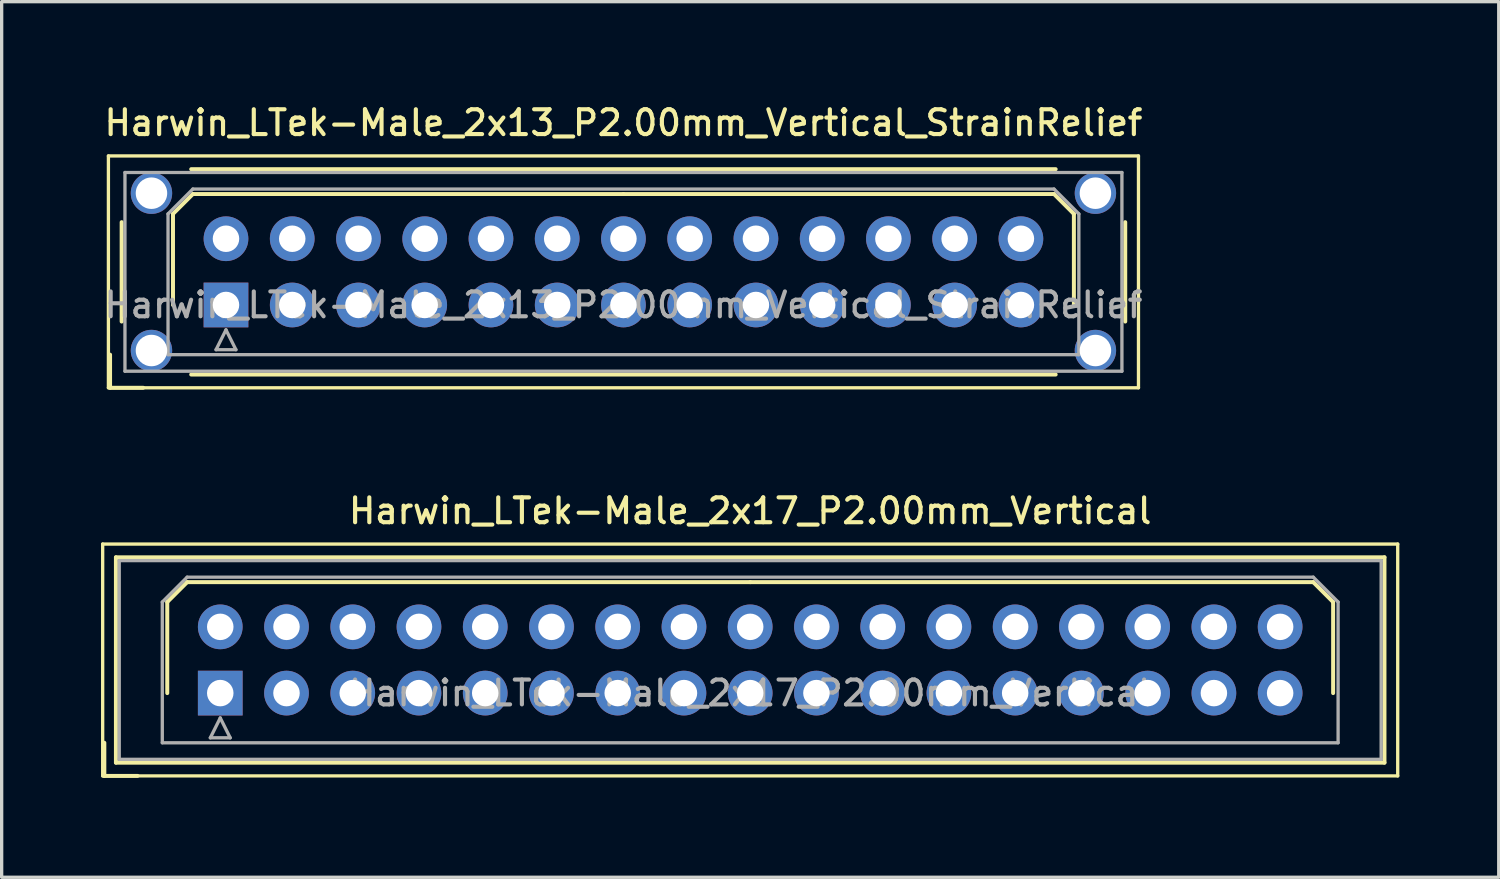
<source format=kicad_pcb>
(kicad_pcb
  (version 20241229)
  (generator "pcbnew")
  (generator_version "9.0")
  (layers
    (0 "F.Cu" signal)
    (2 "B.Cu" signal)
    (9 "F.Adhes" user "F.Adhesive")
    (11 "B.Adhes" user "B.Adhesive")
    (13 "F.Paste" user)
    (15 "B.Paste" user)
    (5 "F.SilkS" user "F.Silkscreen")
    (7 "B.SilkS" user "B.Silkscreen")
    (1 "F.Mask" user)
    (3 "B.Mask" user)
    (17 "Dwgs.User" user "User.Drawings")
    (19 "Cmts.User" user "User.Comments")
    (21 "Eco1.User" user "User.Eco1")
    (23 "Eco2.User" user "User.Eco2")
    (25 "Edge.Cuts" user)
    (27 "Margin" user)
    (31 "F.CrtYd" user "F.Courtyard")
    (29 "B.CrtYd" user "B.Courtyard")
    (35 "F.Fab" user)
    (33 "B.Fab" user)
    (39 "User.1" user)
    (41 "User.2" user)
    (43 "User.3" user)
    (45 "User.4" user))
  (footprint "Harwin_LTek-Male_2x17_P2.00mm_Vertical"
    (layer "F.Cu")
    (at 3.6 17.876)
    (property "Reference" "Harwin_LTek-Male_2x17_P2.00mm_Vertical" (at 16 -5.5 0) (layer "F.SilkS") (effects (font (size 0.75 0.75) (thickness 0.125))))
    (attr through_hole)
    (fp_line (start -3.55 -4.5) (end -3.55 2.5) (stroke (width 0.1) (type solid)) (layer "F.SilkS"))
    (fp_line (start -3.55 2.5) (end 35.55 2.5) (stroke (width 0.1) (type solid)) (layer "F.SilkS"))
    (fp_line (start -3.5 1.5) (end -3.5 2.5) (stroke (width 0.12) (type solid)) (layer "F.SilkS"))
    (fp_line (start -3.5 2.5) (end -2.5 2.5) (stroke (width 0.12) (type solid)) (layer "F.SilkS"))
    (fp_line (start -3.15 -4.1) (end -3.15 2.1) (stroke (width 0.12) (type solid)) (layer "F.SilkS"))
    (fp_line (start -3.15 2.1) (end 35.15 2.1) (stroke (width 0.12) (type solid)) (layer "F.SilkS"))
    (fp_line (start -1.6 -2.75) (end -1 -3.35) (stroke (width 0.12) (type solid)) (layer "F.SilkS"))
    (fp_line (start -1.6 0) (end -1.6 -2.75) (stroke (width 0.12) (type solid)) (layer "F.SilkS"))
    (fp_line (start -1 -3.35) (end 16 -3.35) (stroke (width 0.12) (type solid)) (layer "F.SilkS"))
    (fp_line (start 33 -3.35) (end 16 -3.35) (stroke (width 0.12) (type solid)) (layer "F.SilkS"))
    (fp_line (start 33.6 -2.75) (end 33 -3.35) (stroke (width 0.12) (type solid)) (layer "F.SilkS"))
    (fp_line (start 33.6 0) (end 33.6 -2.75) (stroke (width 0.12) (type solid)) (layer "F.SilkS"))
    (fp_line (start 35.15 -4.1) (end -3.15 -4.1) (stroke (width 0.12) (type solid)) (layer "F.SilkS"))
    (fp_line (start 35.15 2.1) (end 35.15 -4.1) (stroke (width 0.12) (type solid)) (layer "F.SilkS"))
    (fp_line (start 35.55 -4.5) (end -3.55 -4.5) (stroke (width 0.1) (type solid)) (layer "F.SilkS"))
    (fp_line (start 35.55 2.5) (end 35.55 -4.5) (stroke (width 0.1) (type solid)) (layer "F.SilkS"))
    (fp_line (start -3.05 -4) (end -3.05 2) (stroke (width 0.1) (type solid)) (layer "F.Fab"))
    (fp_line (start -3.05 2) (end 35.05 2) (stroke (width 0.1) (type solid)) (layer "F.Fab"))
    (fp_line (start -1.75 -2.75) (end -1 -3.5) (stroke (width 0.1) (type solid)) (layer "F.Fab"))
    (fp_line (start -1.75 1.5) (end -1.75 -2.75) (stroke (width 0.1) (type solid)) (layer "F.Fab"))
    (fp_line (start -1 -3.5) (end 33 -3.5) (stroke (width 0.1) (type solid)) (layer "F.Fab"))
    (fp_line (start -0.3 1.35) (end 0.3 1.35) (stroke (width 0.1) (type solid)) (layer "F.Fab"))
    (fp_line (start 0 0.75) (end -0.3 1.35) (stroke (width 0.1) (type solid)) (layer "F.Fab"))
    (fp_line (start 0.3 1.35) (end 0 0.75) (stroke (width 0.1) (type solid)) (layer "F.Fab"))
    (fp_line (start 33 -3.5) (end 33.75 -2.75) (stroke (width 0.1) (type solid)) (layer "F.Fab"))
    (fp_line (start 33.75 -2.75) (end 33.75 1.5) (stroke (width 0.1) (type solid)) (layer "F.Fab"))
    (fp_line (start 33.75 1.5) (end -1.75 1.5) (stroke (width 0.1) (type solid)) (layer "F.Fab"))
    (fp_line (start 35.05 -4) (end -3.05 -4) (stroke (width 0.1) (type solid)) (layer "F.Fab"))
    (fp_line (start 35.05 2) (end 35.05 -4) (stroke (width 0.1) (type solid)) (layer "F.Fab"))
    (fp_text user "${REFERENCE}" (at 16 0 0) (layer "F.Fab") (effects (font (size 0.75 0.75) (thickness 0.125))))
    (pad "1" thru_hole rect (at 0 0) (size 1.35 1.35) (drill 0.8) (layers "*.Cu" "*.Mask"))
    (pad "2" thru_hole circle (at 0 -2) (size 1.35 1.35) (drill 0.8) (layers "*.Cu" "*.Mask"))
    (pad "3" thru_hole circle (at 2 0) (size 1.35 1.35) (drill 0.8) (layers "*.Cu" "*.Mask"))
    (pad "4" thru_hole circle (at 2 -2) (size 1.35 1.35) (drill 0.8) (layers "*.Cu" "*.Mask"))
    (pad "5" thru_hole circle (at 4 0) (size 1.35 1.35) (drill 0.8) (layers "*.Cu" "*.Mask"))
    (pad "6" thru_hole circle (at 4 -2) (size 1.35 1.35) (drill 0.8) (layers "*.Cu" "*.Mask"))
    (pad "7" thru_hole circle (at 6 0) (size 1.35 1.35) (drill 0.8) (layers "*.Cu" "*.Mask"))
    (pad "8" thru_hole circle (at 6 -2) (size 1.35 1.35) (drill 0.8) (layers "*.Cu" "*.Mask"))
    (pad "9" thru_hole circle (at 8 0) (size 1.35 1.35) (drill 0.8) (layers "*.Cu" "*.Mask"))
    (pad "10" thru_hole circle (at 8 -2) (size 1.35 1.35) (drill 0.8) (layers "*.Cu" "*.Mask"))
    (pad "11" thru_hole circle (at 10 0) (size 1.35 1.35) (drill 0.8) (layers "*.Cu" "*.Mask"))
    (pad "12" thru_hole circle (at 10 -2) (size 1.35 1.35) (drill 0.8) (layers "*.Cu" "*.Mask"))
    (pad "13" thru_hole circle (at 12 0) (size 1.35 1.35) (drill 0.8) (layers "*.Cu" "*.Mask"))
    (pad "14" thru_hole circle (at 12 -2) (size 1.35 1.35) (drill 0.8) (layers "*.Cu" "*.Mask"))
    (pad "15" thru_hole circle (at 14 0) (size 1.35 1.35) (drill 0.8) (layers "*.Cu" "*.Mask"))
    (pad "16" thru_hole circle (at 14 -2) (size 1.35 1.35) (drill 0.8) (layers "*.Cu" "*.Mask"))
    (pad "17" thru_hole circle (at 16 0) (size 1.35 1.35) (drill 0.8) (layers "*.Cu" "*.Mask"))
    (pad "18" thru_hole circle (at 16 -2) (size 1.35 1.35) (drill 0.8) (layers "*.Cu" "*.Mask"))
    (pad "19" thru_hole circle (at 18 0) (size 1.35 1.35) (drill 0.8) (layers "*.Cu" "*.Mask"))
    (pad "20" thru_hole circle (at 18 -2) (size 1.35 1.35) (drill 0.8) (layers "*.Cu" "*.Mask"))
    (pad "21" thru_hole circle (at 20 0) (size 1.35 1.35) (drill 0.8) (layers "*.Cu" "*.Mask"))
    (pad "22" thru_hole circle (at 20 -2) (size 1.35 1.35) (drill 0.8) (layers "*.Cu" "*.Mask"))
    (pad "23" thru_hole circle (at 22 0) (size 1.35 1.35) (drill 0.8) (layers "*.Cu" "*.Mask"))
    (pad "24" thru_hole circle (at 22 -2) (size 1.35 1.35) (drill 0.8) (layers "*.Cu" "*.Mask"))
    (pad "25" thru_hole circle (at 24 0) (size 1.35 1.35) (drill 0.8) (layers "*.Cu" "*.Mask"))
    (pad "26" thru_hole circle (at 24 -2) (size 1.35 1.35) (drill 0.8) (layers "*.Cu" "*.Mask"))
    (pad "27" thru_hole circle (at 26 0) (size 1.35 1.35) (drill 0.8) (layers "*.Cu" "*.Mask"))
    (pad "28" thru_hole circle (at 26 -2) (size 1.35 1.35) (drill 0.8) (layers "*.Cu" "*.Mask"))
    (pad "29" thru_hole circle (at 28 0) (size 1.35 1.35) (drill 0.8) (layers "*.Cu" "*.Mask"))
    (pad "30" thru_hole circle (at 28 -2) (size 1.35 1.35) (drill 0.8) (layers "*.Cu" "*.Mask"))
    (pad "31" thru_hole circle (at 30 0) (size 1.35 1.35) (drill 0.8) (layers "*.Cu" "*.Mask"))
    (pad "32" thru_hole circle (at 30 -2) (size 1.35 1.35) (drill 0.8) (layers "*.Cu" "*.Mask"))
    (pad "33" thru_hole circle (at 32 0) (size 1.35 1.35) (drill 0.8) (layers "*.Cu" "*.Mask"))
    (pad "34" thru_hole circle (at 32 -2) (size 1.35 1.35) (drill 0.8) (layers "*.Cu" "*.Mask")))
  (footprint "Harwin_LTek-Male_2x13_P2.00mm_Vertical_StrainRelief"
    (layer "F.Cu")
    (at 3.773 6.158)
    (property "Reference" "Harwin_LTek-Male_2x13_P2.00mm_Vertical_StrainRelief" (at 12 -5.5 0) (layer "F.SilkS") (effects (font (size 0.75 0.75) (thickness 0.125))))
    (attr through_hole)
    (fp_line (start -3.55 -4.5) (end -3.55 2.5) (stroke (width 0.1) (type solid)) (layer "F.SilkS"))
    (fp_line (start -3.55 2.5) (end 27.55 2.5) (stroke (width 0.1) (type solid)) (layer "F.SilkS"))
    (fp_line (start -3.5 1.5) (end -3.5 2.5) (stroke (width 0.12) (type solid)) (layer "F.SilkS"))
    (fp_line (start -3.5 2.5) (end -2.5 2.5) (stroke (width 0.12) (type solid)) (layer "F.SilkS"))
    (fp_line (start -3.15 -2.5) (end -3.15 0.5) (stroke (width 0.12) (type solid)) (layer "F.SilkS"))
    (fp_line (start -1.6 -2.75) (end -1 -3.35) (stroke (width 0.12) (type solid)) (layer "F.SilkS"))
    (fp_line (start -1.6 0) (end -1.6 -2.75) (stroke (width 0.12) (type solid)) (layer "F.SilkS"))
    (fp_line (start -1.05 -4.1) (end 25.05 -4.1) (stroke (width 0.12) (type solid)) (layer "F.SilkS"))
    (fp_line (start -1.05 2.1) (end 25.05 2.1) (stroke (width 0.12) (type solid)) (layer "F.SilkS"))
    (fp_line (start -1 -3.35) (end 12 -3.35) (stroke (width 0.12) (type solid)) (layer "F.SilkS"))
    (fp_line (start 25 -3.35) (end 12 -3.35) (stroke (width 0.12) (type solid)) (layer "F.SilkS"))
    (fp_line (start 25.6 -2.75) (end 25 -3.35) (stroke (width 0.12) (type solid)) (layer "F.SilkS"))
    (fp_line (start 25.6 0) (end 25.6 -2.75) (stroke (width 0.12) (type solid)) (layer "F.SilkS"))
    (fp_line (start 27.15 -2.5) (end 27.15 0.5) (stroke (width 0.12) (type solid)) (layer "F.SilkS"))
    (fp_line (start 27.55 -4.5) (end -3.55 -4.5) (stroke (width 0.1) (type solid)) (layer "F.SilkS"))
    (fp_line (start 27.55 2.5) (end 27.55 -4.5) (stroke (width 0.1) (type solid)) (layer "F.SilkS"))
    (fp_line (start -3.05 -4) (end -3.05 2) (stroke (width 0.1) (type solid)) (layer "F.Fab"))
    (fp_line (start -3.05 2) (end 27.05 2) (stroke (width 0.1) (type solid)) (layer "F.Fab"))
    (fp_line (start -1.75 -2.75) (end -1 -3.5) (stroke (width 0.1) (type solid)) (layer "F.Fab"))
    (fp_line (start -1.75 1.5) (end -1.75 -2.75) (stroke (width 0.1) (type solid)) (layer "F.Fab"))
    (fp_line (start -1 -3.5) (end 25 -3.5) (stroke (width 0.1) (type solid)) (layer "F.Fab"))
    (fp_line (start -0.3 1.35) (end 0.3 1.35) (stroke (width 0.1) (type solid)) (layer "F.Fab"))
    (fp_line (start 0 0.75) (end -0.3 1.35) (stroke (width 0.1) (type solid)) (layer "F.Fab"))
    (fp_line (start 0.3 1.35) (end 0 0.75) (stroke (width 0.1) (type solid)) (layer "F.Fab"))
    (fp_line (start 25 -3.5) (end 25.75 -2.75) (stroke (width 0.1) (type solid)) (layer "F.Fab"))
    (fp_line (start 25.75 -2.75) (end 25.75 1.5) (stroke (width 0.1) (type solid)) (layer "F.Fab"))
    (fp_line (start 25.75 1.5) (end -1.75 1.5) (stroke (width 0.1) (type solid)) (layer "F.Fab"))
    (fp_line (start 27.05 -4) (end -3.05 -4) (stroke (width 0.1) (type solid)) (layer "F.Fab"))
    (fp_line (start 27.05 2) (end 27.05 -4) (stroke (width 0.1) (type solid)) (layer "F.Fab"))
    (fp_text user "${REFERENCE}" (at 12 0 0) (layer "F.Fab") (effects (font (size 0.75 0.75) (thickness 0.125))))
    (pad "" thru_hole circle (at -2.25 -3.375) (size 1.25 1.25) (drill 0.95) (layers "*.Cu" "*.Mask"))
    (pad "" thru_hole circle (at -2.25 1.375) (size 1.25 1.25) (drill 0.95) (layers "*.Cu" "*.Mask"))
    (pad "" thru_hole circle (at 26.25 -3.375) (size 1.25 1.25) (drill 0.95) (layers "*.Cu" "*.Mask"))
    (pad "" thru_hole circle (at 26.25 1.375) (size 1.25 1.25) (drill 0.95) (layers "*.Cu" "*.Mask"))
    (pad "1" thru_hole rect (at 0 0) (size 1.35 1.35) (drill 0.8) (layers "*.Cu" "*.Mask"))
    (pad "2" thru_hole circle (at 0 -2) (size 1.35 1.35) (drill 0.8) (layers "*.Cu" "*.Mask"))
    (pad "3" thru_hole circle (at 2 0) (size 1.35 1.35) (drill 0.8) (layers "*.Cu" "*.Mask"))
    (pad "4" thru_hole circle (at 2 -2) (size 1.35 1.35) (drill 0.8) (layers "*.Cu" "*.Mask"))
    (pad "5" thru_hole circle (at 4 0) (size 1.35 1.35) (drill 0.8) (layers "*.Cu" "*.Mask"))
    (pad "6" thru_hole circle (at 4 -2) (size 1.35 1.35) (drill 0.8) (layers "*.Cu" "*.Mask"))
    (pad "7" thru_hole circle (at 6 0) (size 1.35 1.35) (drill 0.8) (layers "*.Cu" "*.Mask"))
    (pad "8" thru_hole circle (at 6 -2) (size 1.35 1.35) (drill 0.8) (layers "*.Cu" "*.Mask"))
    (pad "9" thru_hole circle (at 8 0) (size 1.35 1.35) (drill 0.8) (layers "*.Cu" "*.Mask"))
    (pad "10" thru_hole circle (at 8 -2) (size 1.35 1.35) (drill 0.8) (layers "*.Cu" "*.Mask"))
    (pad "11" thru_hole circle (at 10 0) (size 1.35 1.35) (drill 0.8) (layers "*.Cu" "*.Mask"))
    (pad "12" thru_hole circle (at 10 -2) (size 1.35 1.35) (drill 0.8) (layers "*.Cu" "*.Mask"))
    (pad "13" thru_hole circle (at 12 0) (size 1.35 1.35) (drill 0.8) (layers "*.Cu" "*.Mask"))
    (pad "14" thru_hole circle (at 12 -2) (size 1.35 1.35) (drill 0.8) (layers "*.Cu" "*.Mask"))
    (pad "15" thru_hole circle (at 14 0) (size 1.35 1.35) (drill 0.8) (layers "*.Cu" "*.Mask"))
    (pad "16" thru_hole circle (at 14 -2) (size 1.35 1.35) (drill 0.8) (layers "*.Cu" "*.Mask"))
    (pad "17" thru_hole circle (at 16 0) (size 1.35 1.35) (drill 0.8) (layers "*.Cu" "*.Mask"))
    (pad "18" thru_hole circle (at 16 -2) (size 1.35 1.35) (drill 0.8) (layers "*.Cu" "*.Mask"))
    (pad "19" thru_hole circle (at 18 0) (size 1.35 1.35) (drill 0.8) (layers "*.Cu" "*.Mask"))
    (pad "20" thru_hole circle (at 18 -2) (size 1.35 1.35) (drill 0.8) (layers "*.Cu" "*.Mask"))
    (pad "21" thru_hole circle (at 20 0) (size 1.35 1.35) (drill 0.8) (layers "*.Cu" "*.Mask"))
    (pad "22" thru_hole circle (at 20 -2) (size 1.35 1.35) (drill 0.8) (layers "*.Cu" "*.Mask"))
    (pad "23" thru_hole circle (at 22 0) (size 1.35 1.35) (drill 0.8) (layers "*.Cu" "*.Mask"))
    (pad "24" thru_hole circle (at 22 -2) (size 1.35 1.35) (drill 0.8) (layers "*.Cu" "*.Mask"))
    (pad "25" thru_hole circle (at 24 0) (size 1.35 1.35) (drill 0.8) (layers "*.Cu" "*.Mask"))
    (pad "26" thru_hole circle (at 24 -2) (size 1.35 1.35) (drill 0.8) (layers "*.Cu" "*.Mask")))
  (gr_rect
    (start -3 -3)
    (end 42.2 23.436)
    (stroke (width 0.1) (type default))
    (fill no)
    (layer "Edge.Cuts")))
</source>
